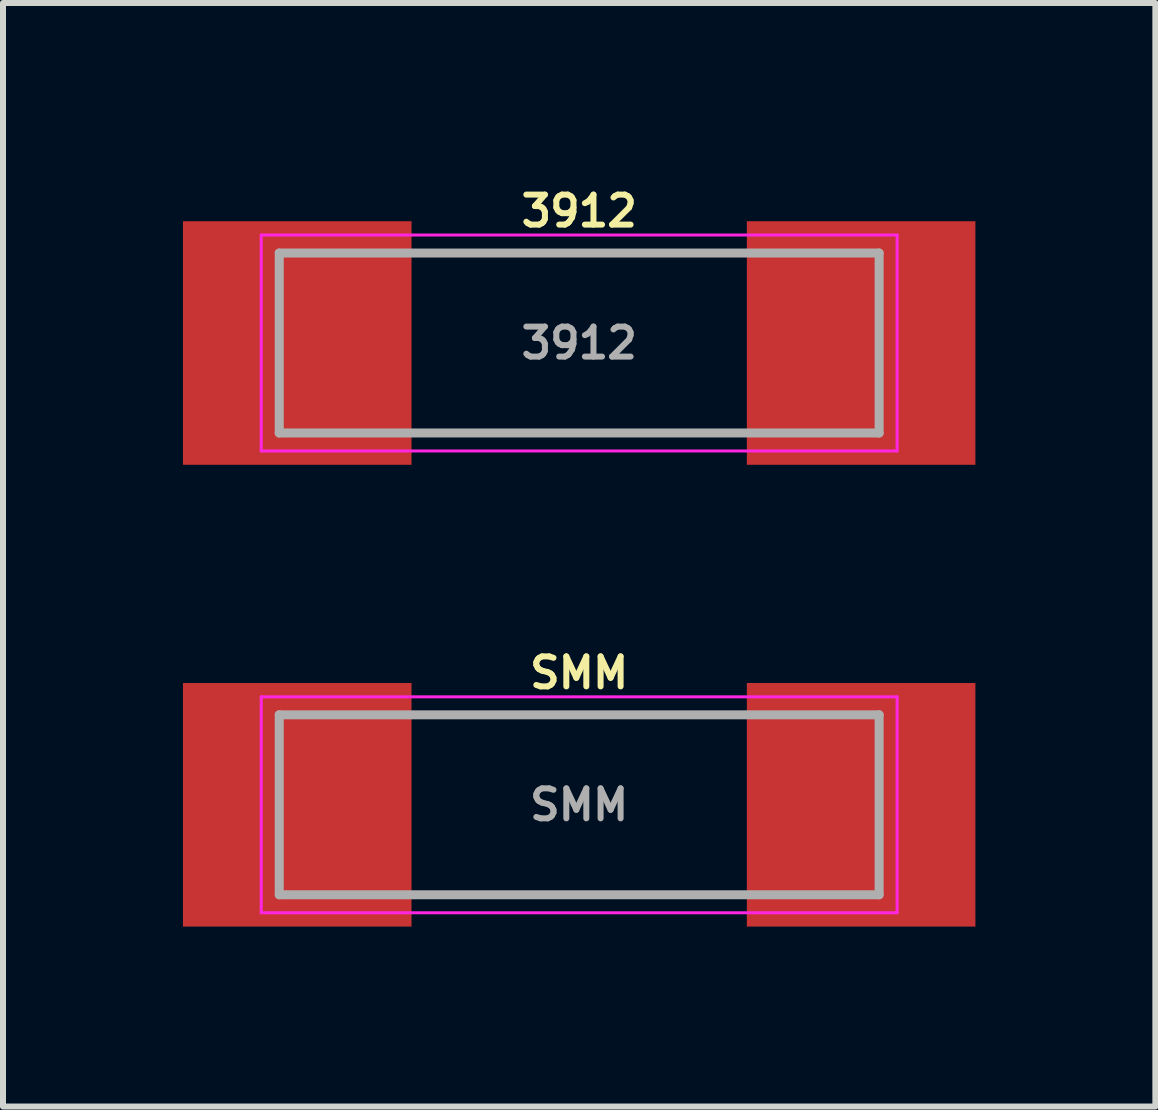
<source format=kicad_pcb>
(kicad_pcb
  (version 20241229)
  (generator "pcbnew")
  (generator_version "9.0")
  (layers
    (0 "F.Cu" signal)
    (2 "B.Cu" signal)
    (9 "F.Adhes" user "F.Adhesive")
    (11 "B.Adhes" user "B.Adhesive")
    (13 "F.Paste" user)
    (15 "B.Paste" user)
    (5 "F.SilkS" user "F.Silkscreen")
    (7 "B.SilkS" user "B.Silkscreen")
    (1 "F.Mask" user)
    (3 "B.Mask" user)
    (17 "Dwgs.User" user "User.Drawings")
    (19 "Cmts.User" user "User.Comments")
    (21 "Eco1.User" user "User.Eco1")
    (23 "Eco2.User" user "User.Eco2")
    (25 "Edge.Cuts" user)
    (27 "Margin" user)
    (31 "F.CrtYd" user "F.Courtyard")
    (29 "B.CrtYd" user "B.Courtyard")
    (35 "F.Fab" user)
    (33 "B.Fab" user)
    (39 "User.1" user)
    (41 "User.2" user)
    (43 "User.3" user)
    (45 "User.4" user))
  (footprint "SMM"
    (layer "F.Cu")
    (at 6.605 10.366)
    (property "Reference" "SMM" (at 0 -2.2 0) (layer "F.SilkS") (effects (font (size 0.5 0.5) (thickness 0.1))))
    (attr smd)
    (fp_line (start -5.3 -1.8) (end -5.3 1.8) (stroke (width 0.05) (type solid)) (layer "F.CrtYd"))
    (fp_line (start -5.3 1.8) (end 5.3 1.8) (stroke (width 0.05) (type solid)) (layer "F.CrtYd"))
    (fp_line (start 5.3 -1.8) (end -5.3 -1.8) (stroke (width 0.05) (type solid)) (layer "F.CrtYd"))
    (fp_line (start 5.3 1.8) (end 5.3 -1.8) (stroke (width 0.05) (type solid)) (layer "F.CrtYd"))
    (fp_line (start -5 -1.5) (end 5 -1.5) (stroke (width 0.15) (type solid)) (layer "F.Fab"))
    (fp_line (start -5 1.5) (end -5 -1.5) (stroke (width 0.15) (type solid)) (layer "F.Fab"))
    (fp_line (start -5 1.5) (end 5 1.5) (stroke (width 0.15) (type solid)) (layer "F.Fab"))
    (fp_line (start 5 -1.5) (end 5 1.5) (stroke (width 0.15) (type solid)) (layer "F.Fab"))
    (fp_text user "${REFERENCE}" (at 0 0 0) (layer "F.Fab") (effects (font (size 0.5 0.5) (thickness 0.1))))
    (pad "1" smd rect (at -4.7 0) (size 3.81 4.06) (layers "F.Cu" "F.Mask" "F.Paste"))
    (pad "2" smd rect (at 4.7 0) (size 3.81 4.06) (layers "F.Cu" "F.Mask" "F.Paste")))
  (footprint "3912"
    (layer "F.Cu")
    (at 6.605 2.668)
    (property "Reference" "3912" (at 0 -2.2 0) (layer "F.SilkS") (effects (font (size 0.5 0.5) (thickness 0.1))))
    (attr smd)
    (fp_line (start -5.3 -1.8) (end -5.3 1.8) (stroke (width 0.05) (type solid)) (layer "F.CrtYd"))
    (fp_line (start -5.3 1.8) (end 5.3 1.8) (stroke (width 0.05) (type solid)) (layer "F.CrtYd"))
    (fp_line (start 5.3 -1.8) (end -5.3 -1.8) (stroke (width 0.05) (type solid)) (layer "F.CrtYd"))
    (fp_line (start 5.3 1.8) (end 5.3 -1.8) (stroke (width 0.05) (type solid)) (layer "F.CrtYd"))
    (fp_line (start -5 -1.5) (end 5 -1.5) (stroke (width 0.15) (type solid)) (layer "F.Fab"))
    (fp_line (start -5 1.5) (end -5 -1.5) (stroke (width 0.15) (type solid)) (layer "F.Fab"))
    (fp_line (start -5 1.5) (end 5 1.5) (stroke (width 0.15) (type solid)) (layer "F.Fab"))
    (fp_line (start 5 -1.5) (end 5 1.5) (stroke (width 0.15) (type solid)) (layer "F.Fab"))
    (fp_text user "${REFERENCE}" (at 0 0 0) (layer "F.Fab") (effects (font (size 0.5 0.5) (thickness 0.1))))
    (pad "1" smd rect (at -4.7 0) (size 3.81 4.06) (layers "F.Cu" "F.Mask" "F.Paste"))
    (pad "2" smd rect (at 4.7 0) (size 3.81 4.06) (layers "F.Cu" "F.Mask" "F.Paste")))
  (gr_rect
    (start -3 -3)
    (end 16.21 15.396)
    (stroke (width 0.1) (type default))
    (fill no)
    (layer "Edge.Cuts")))
</source>
